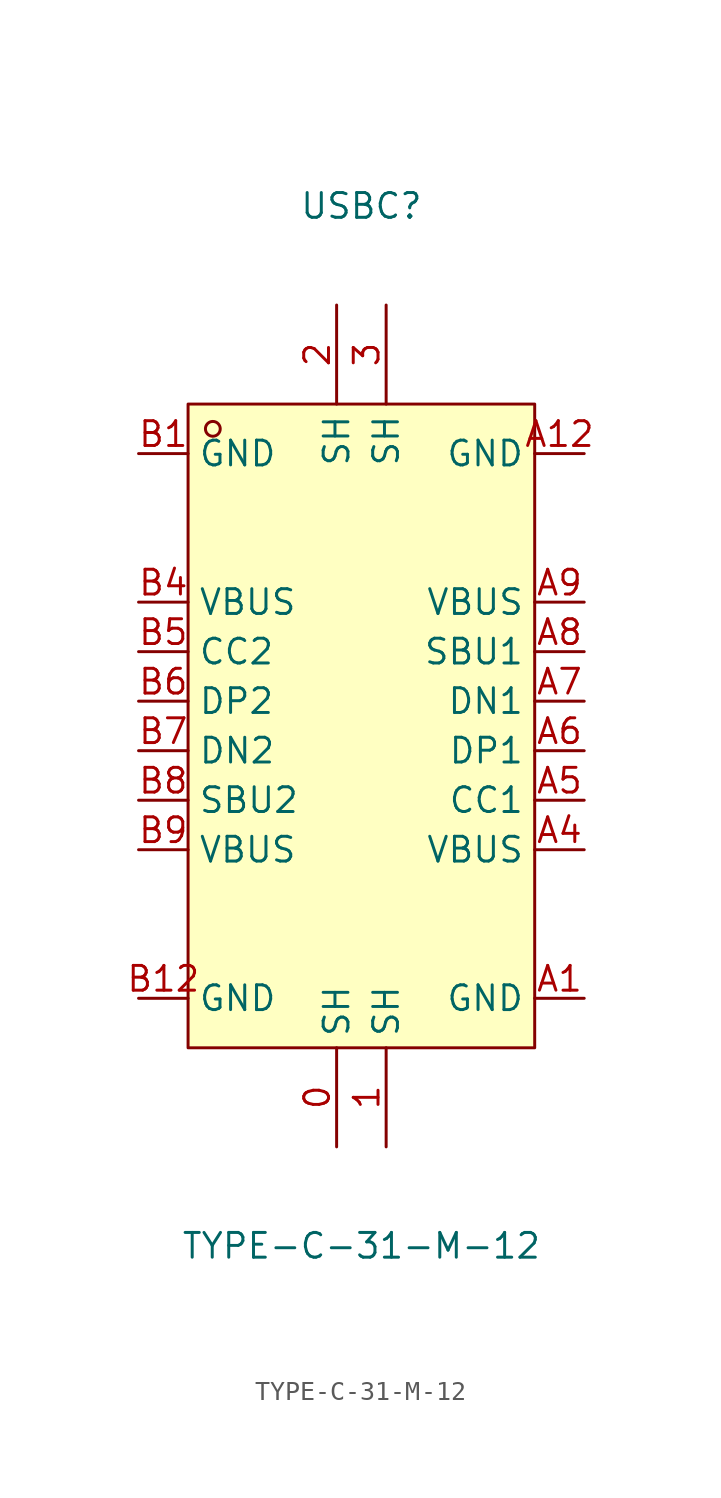
<source format=kicad_sym>
(kicad_symbol_lib
  (version 20231120)
  (generator "kicad_symbol_editor")
  (generator_version "8.0")
  (symbol "TYPE-C-31-M-12"
    (property "Reference" "USBC"
      (at 0 26.67 0)
      (effects (font (size 1.27 1.27))))
    (property "Value" "TYPE-C-31-M-12"
      (at 0 -26.67 0)
      (effects (font (size 1.27 1.27))))
    (symbol "TYPE-C-31-M-12_0_1"
      (rectangle (start -8.89 16.51) (end 8.89 -16.51) (stroke (width 0) (type default)) (fill (type background)))
      (circle (center -7.62 15.24) (radius 0.38) (stroke (width 0) (type default)) (fill (type none)))
      (pin unspecified line (at -1.27 -21.59 90) (length 5.08) (name "SH" (effects (font (size 1.27 1.27)))) (number "0" (effects (font (size 1.27 1.27)))))
      (pin unspecified line (at 1.27 -21.59 90) (length 5.08) (name "SH" (effects (font (size 1.27 1.27)))) (number "1" (effects (font (size 1.27 1.27)))))
      (pin unspecified line (at -1.27 21.59 270) (length 5.08) (name "SH" (effects (font (size 1.27 1.27)))) (number "2" (effects (font (size 1.27 1.27)))))
      (pin unspecified line (at 1.27 21.59 270) (length 5.08) (name "SH" (effects (font (size 1.27 1.27)))) (number "3" (effects (font (size 1.27 1.27)))))
      (pin unspecified line (at 11.43 -13.97 180) (length 2.54) (name "GND" (effects (font (size 1.27 1.27)))) (number "A1" (effects (font (size 1.27 1.27)))))
      (pin unspecified line (at 11.43 13.97 180) (length 2.54) (name "GND" (effects (font (size 1.27 1.27)))) (number "A12" (effects (font (size 1.27 1.27)))))
      (pin unspecified line (at 11.43 -6.35 180) (length 2.54) (name "VBUS" (effects (font (size 1.27 1.27)))) (number "A4" (effects (font (size 1.27 1.27)))))
      (pin unspecified line (at 11.43 -3.81 180) (length 2.54) (name "CC1" (effects (font (size 1.27 1.27)))) (number "A5" (effects (font (size 1.27 1.27)))))
      (pin unspecified line (at 11.43 -1.27 180) (length 2.54) (name "DP1" (effects (font (size 1.27 1.27)))) (number "A6" (effects (font (size 1.27 1.27)))))
      (pin unspecified line (at 11.43 1.27 180) (length 2.54) (name "DN1" (effects (font (size 1.27 1.27)))) (number "A7" (effects (font (size 1.27 1.27)))))
      (pin unspecified line (at 11.43 3.81 180) (length 2.54) (name "SBU1" (effects (font (size 1.27 1.27)))) (number "A8" (effects (font (size 1.27 1.27)))))
      (pin unspecified line (at 11.43 6.35 180) (length 2.54) (name "VBUS" (effects (font (size 1.27 1.27)))) (number "A9" (effects (font (size 1.27 1.27)))))
      (pin unspecified line (at -11.43 13.97 0) (length 2.54) (name "GND" (effects (font (size 1.27 1.27)))) (number "B1" (effects (font (size 1.27 1.27)))))
      (pin unspecified line (at -11.43 -13.97 0) (length 2.54) (name "GND" (effects (font (size 1.27 1.27)))) (number "B12" (effects (font (size 1.27 1.27)))))
      (pin unspecified line (at -11.43 6.35 0) (length 2.54) (name "VBUS" (effects (font (size 1.27 1.27)))) (number "B4" (effects (font (size 1.27 1.27)))))
      (pin unspecified line (at -11.43 3.81 0) (length 2.54) (name "CC2" (effects (font (size 1.27 1.27)))) (number "B5" (effects (font (size 1.27 1.27)))))
      (pin unspecified line (at -11.43 1.27 0) (length 2.54) (name "DP2" (effects (font (size 1.27 1.27)))) (number "B6" (effects (font (size 1.27 1.27)))))
      (pin unspecified line (at -11.43 -1.27 0) (length 2.54) (name "DN2" (effects (font (size 1.27 1.27)))) (number "B7" (effects (font (size 1.27 1.27)))))
      (pin unspecified line (at -11.43 -3.81 0) (length 2.54) (name "SBU2" (effects (font (size 1.27 1.27)))) (number "B8" (effects (font (size 1.27 1.27)))))
      (pin unspecified line (at -11.43 -6.35 0) (length 2.54) (name "VBUS" (effects (font (size 1.27 1.27)))) (number "B9" (effects (font (size 1.27 1.27))))))))
</source>
